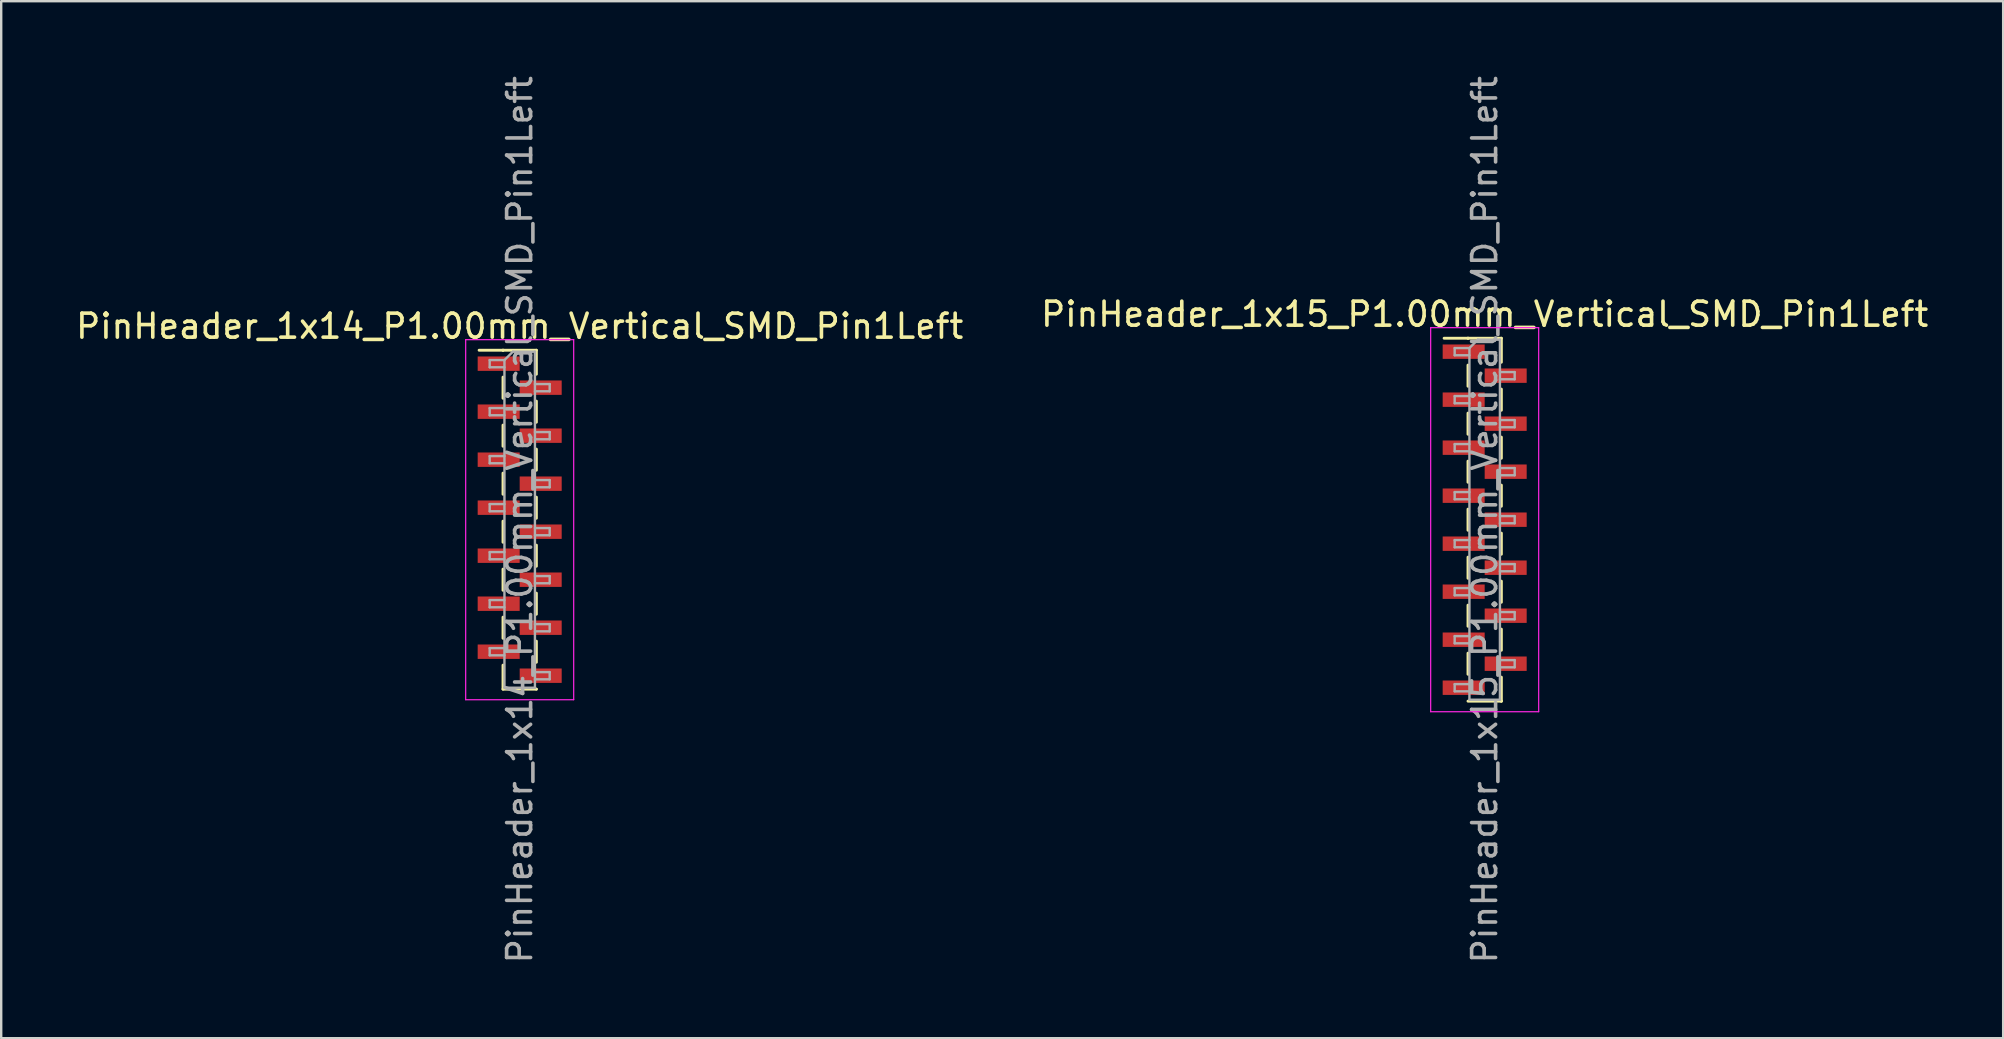
<source format=kicad_pcb>
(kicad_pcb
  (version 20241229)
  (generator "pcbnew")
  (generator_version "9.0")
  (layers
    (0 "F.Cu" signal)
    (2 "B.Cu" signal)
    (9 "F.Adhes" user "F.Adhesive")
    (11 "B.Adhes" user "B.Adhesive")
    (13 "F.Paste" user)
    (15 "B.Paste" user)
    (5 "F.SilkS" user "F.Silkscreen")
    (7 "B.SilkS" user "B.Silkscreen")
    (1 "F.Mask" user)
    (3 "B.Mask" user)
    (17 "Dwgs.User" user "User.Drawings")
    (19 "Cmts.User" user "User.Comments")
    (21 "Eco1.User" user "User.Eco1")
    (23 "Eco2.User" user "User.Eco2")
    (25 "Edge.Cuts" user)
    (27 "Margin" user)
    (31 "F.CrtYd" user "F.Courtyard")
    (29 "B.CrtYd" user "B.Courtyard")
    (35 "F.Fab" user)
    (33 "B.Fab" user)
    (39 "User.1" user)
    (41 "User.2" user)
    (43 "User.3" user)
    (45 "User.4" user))
  (footprint "PinHeader_1x14_P1.00mm_Vertical_SMD_Pin1Left"
    (layer "F.Cu")
    (at 18.601 18.601)
    (property "Reference" "PinHeader_1x14_P1.00mm_Vertical_SMD_Pin1Left" (at 0 -8.06 0) (layer "F.SilkS") (effects (font (size 1 1) (thickness 0.15))))
    (attr smd)
    (fp_line (start -0.695 -7.06) (end -1.69 -7.06) (stroke (width 0.12) (type solid)) (layer "F.SilkS"))
    (fp_line (start -0.695 -7.06) (end -0.695 -7.06) (stroke (width 0.12) (type solid)) (layer "F.SilkS"))
    (fp_line (start -0.695 -7.06) (end 0.695 -7.06) (stroke (width 0.12) (type solid)) (layer "F.SilkS"))
    (fp_line (start -0.695 -5.94) (end -0.695 -5.06) (stroke (width 0.12) (type solid)) (layer "F.SilkS"))
    (fp_line (start -0.695 -3.94) (end -0.695 -3.06) (stroke (width 0.12) (type solid)) (layer "F.SilkS"))
    (fp_line (start -0.695 -1.94) (end -0.695 -1.06) (stroke (width 0.12) (type solid)) (layer "F.SilkS"))
    (fp_line (start -0.695 0.06) (end -0.695 0.94) (stroke (width 0.12) (type solid)) (layer "F.SilkS"))
    (fp_line (start -0.695 2.06) (end -0.695 2.94) (stroke (width 0.12) (type solid)) (layer "F.SilkS"))
    (fp_line (start -0.695 4.06) (end -0.695 4.94) (stroke (width 0.12) (type solid)) (layer "F.SilkS"))
    (fp_line (start -0.695 6.06) (end -0.695 7.06) (stroke (width 0.12) (type solid)) (layer "F.SilkS"))
    (fp_line (start -0.695 7.06) (end 0.695 7.06) (stroke (width 0.12) (type solid)) (layer "F.SilkS"))
    (fp_line (start 0.695 -7.06) (end 0.695 -6.06) (stroke (width 0.12) (type solid)) (layer "F.SilkS"))
    (fp_line (start 0.695 -4.94) (end 0.695 -4.06) (stroke (width 0.12) (type solid)) (layer "F.SilkS"))
    (fp_line (start 0.695 -2.94) (end 0.695 -2.06) (stroke (width 0.12) (type solid)) (layer "F.SilkS"))
    (fp_line (start 0.695 -0.94) (end 0.695 -0.06) (stroke (width 0.12) (type solid)) (layer "F.SilkS"))
    (fp_line (start 0.695 1.06) (end 0.695 1.94) (stroke (width 0.12) (type solid)) (layer "F.SilkS"))
    (fp_line (start 0.695 3.06) (end 0.695 3.94) (stroke (width 0.12) (type solid)) (layer "F.SilkS"))
    (fp_line (start 0.695 5.06) (end 0.695 5.94) (stroke (width 0.12) (type solid)) (layer "F.SilkS"))
    (fp_line (start 0.695 7.06) (end 0.695 7.06) (stroke (width 0.12) (type solid)) (layer "F.SilkS"))
    (fp_line (start -2.25 -7.5) (end -2.25 7.5) (stroke (width 0.05) (type solid)) (layer "F.CrtYd"))
    (fp_line (start -2.25 7.5) (end 2.25 7.5) (stroke (width 0.05) (type solid)) (layer "F.CrtYd"))
    (fp_line (start 2.25 -7.5) (end -2.25 -7.5) (stroke (width 0.05) (type solid)) (layer "F.CrtYd"))
    (fp_line (start 2.25 7.5) (end 2.25 -7.5) (stroke (width 0.05) (type solid)) (layer "F.CrtYd"))
    (fp_line (start -1.25 -6.65) (end -1.25 -6.35) (stroke (width 0.1) (type solid)) (layer "F.Fab"))
    (fp_line (start -1.25 -6.35) (end -0.635 -6.35) (stroke (width 0.1) (type solid)) (layer "F.Fab"))
    (fp_line (start -1.25 -4.65) (end -1.25 -4.35) (stroke (width 0.1) (type solid)) (layer "F.Fab"))
    (fp_line (start -1.25 -4.35) (end -0.635 -4.35) (stroke (width 0.1) (type solid)) (layer "F.Fab"))
    (fp_line (start -1.25 -2.65) (end -1.25 -2.35) (stroke (width 0.1) (type solid)) (layer "F.Fab"))
    (fp_line (start -1.25 -2.35) (end -0.635 -2.35) (stroke (width 0.1) (type solid)) (layer "F.Fab"))
    (fp_line (start -1.25 -0.65) (end -1.25 -0.35) (stroke (width 0.1) (type solid)) (layer "F.Fab"))
    (fp_line (start -1.25 -0.35) (end -0.635 -0.35) (stroke (width 0.1) (type solid)) (layer "F.Fab"))
    (fp_line (start -1.25 1.35) (end -1.25 1.65) (stroke (width 0.1) (type solid)) (layer "F.Fab"))
    (fp_line (start -1.25 1.65) (end -0.635 1.65) (stroke (width 0.1) (type solid)) (layer "F.Fab"))
    (fp_line (start -1.25 3.35) (end -1.25 3.65) (stroke (width 0.1) (type solid)) (layer "F.Fab"))
    (fp_line (start -1.25 3.65) (end -0.635 3.65) (stroke (width 0.1) (type solid)) (layer "F.Fab"))
    (fp_line (start -1.25 5.35) (end -1.25 5.65) (stroke (width 0.1) (type solid)) (layer "F.Fab"))
    (fp_line (start -1.25 5.65) (end -0.635 5.65) (stroke (width 0.1) (type solid)) (layer "F.Fab"))
    (fp_line (start -0.635 -6.65) (end -1.25 -6.65) (stroke (width 0.1) (type solid)) (layer "F.Fab"))
    (fp_line (start -0.635 -6.65) (end -0.285 -7) (stroke (width 0.1) (type solid)) (layer "F.Fab"))
    (fp_line (start -0.635 -4.65) (end -1.25 -4.65) (stroke (width 0.1) (type solid)) (layer "F.Fab"))
    (fp_line (start -0.635 -2.65) (end -1.25 -2.65) (stroke (width 0.1) (type solid)) (layer "F.Fab"))
    (fp_line (start -0.635 -0.65) (end -1.25 -0.65) (stroke (width 0.1) (type solid)) (layer "F.Fab"))
    (fp_line (start -0.635 1.35) (end -1.25 1.35) (stroke (width 0.1) (type solid)) (layer "F.Fab"))
    (fp_line (start -0.635 3.35) (end -1.25 3.35) (stroke (width 0.1) (type solid)) (layer "F.Fab"))
    (fp_line (start -0.635 5.35) (end -1.25 5.35) (stroke (width 0.1) (type solid)) (layer "F.Fab"))
    (fp_line (start -0.635 7) (end -0.635 -6.65) (stroke (width 0.1) (type solid)) (layer "F.Fab"))
    (fp_line (start -0.285 -7) (end 0.635 -7) (stroke (width 0.1) (type solid)) (layer "F.Fab"))
    (fp_line (start 0.635 -7) (end 0.635 7) (stroke (width 0.1) (type solid)) (layer "F.Fab"))
    (fp_line (start 0.635 -5.65) (end 1.25 -5.65) (stroke (width 0.1) (type solid)) (layer "F.Fab"))
    (fp_line (start 0.635 -3.65) (end 1.25 -3.65) (stroke (width 0.1) (type solid)) (layer "F.Fab"))
    (fp_line (start 0.635 -1.65) (end 1.25 -1.65) (stroke (width 0.1) (type solid)) (layer "F.Fab"))
    (fp_line (start 0.635 0.35) (end 1.25 0.35) (stroke (width 0.1) (type solid)) (layer "F.Fab"))
    (fp_line (start 0.635 2.35) (end 1.25 2.35) (stroke (width 0.1) (type solid)) (layer "F.Fab"))
    (fp_line (start 0.635 4.35) (end 1.25 4.35) (stroke (width 0.1) (type solid)) (layer "F.Fab"))
    (fp_line (start 0.635 6.35) (end 1.25 6.35) (stroke (width 0.1) (type solid)) (layer "F.Fab"))
    (fp_line (start 0.635 7) (end -0.635 7) (stroke (width 0.1) (type solid)) (layer "F.Fab"))
    (fp_line (start 1.25 -5.65) (end 1.25 -5.35) (stroke (width 0.1) (type solid)) (layer "F.Fab"))
    (fp_line (start 1.25 -5.35) (end 0.635 -5.35) (stroke (width 0.1) (type solid)) (layer "F.Fab"))
    (fp_line (start 1.25 -3.65) (end 1.25 -3.35) (stroke (width 0.1) (type solid)) (layer "F.Fab"))
    (fp_line (start 1.25 -3.35) (end 0.635 -3.35) (stroke (width 0.1) (type solid)) (layer "F.Fab"))
    (fp_line (start 1.25 -1.65) (end 1.25 -1.35) (stroke (width 0.1) (type solid)) (layer "F.Fab"))
    (fp_line (start 1.25 -1.35) (end 0.635 -1.35) (stroke (width 0.1) (type solid)) (layer "F.Fab"))
    (fp_line (start 1.25 0.35) (end 1.25 0.65) (stroke (width 0.1) (type solid)) (layer "F.Fab"))
    (fp_line (start 1.25 0.65) (end 0.635 0.65) (stroke (width 0.1) (type solid)) (layer "F.Fab"))
    (fp_line (start 1.25 2.35) (end 1.25 2.65) (stroke (width 0.1) (type solid)) (layer "F.Fab"))
    (fp_line (start 1.25 2.65) (end 0.635 2.65) (stroke (width 0.1) (type solid)) (layer "F.Fab"))
    (fp_line (start 1.25 4.35) (end 1.25 4.65) (stroke (width 0.1) (type solid)) (layer "F.Fab"))
    (fp_line (start 1.25 4.65) (end 0.635 4.65) (stroke (width 0.1) (type solid)) (layer "F.Fab"))
    (fp_line (start 1.25 6.35) (end 1.25 6.65) (stroke (width 0.1) (type solid)) (layer "F.Fab"))
    (fp_line (start 1.25 6.65) (end 0.635 6.65) (stroke (width 0.1) (type solid)) (layer "F.Fab"))
    (fp_text user "${REFERENCE}" (at 0 0 90) (layer "F.Fab") (effects (font (size 1 1) (thickness 0.15))))
    (pad "1" smd rect (at -0.875 -6.5) (size 1.75 0.6) (layers "F.Cu" "F.Mask" "F.Paste"))
    (pad "2" smd rect (at 0.875 -5.5) (size 1.75 0.6) (layers "F.Cu" "F.Mask" "F.Paste"))
    (pad "3" smd rect (at -0.875 -4.5) (size 1.75 0.6) (layers "F.Cu" "F.Mask" "F.Paste"))
    (pad "4" smd rect (at 0.875 -3.5) (size 1.75 0.6) (layers "F.Cu" "F.Mask" "F.Paste"))
    (pad "5" smd rect (at -0.875 -2.5) (size 1.75 0.6) (layers "F.Cu" "F.Mask" "F.Paste"))
    (pad "6" smd rect (at 0.875 -1.5) (size 1.75 0.6) (layers "F.Cu" "F.Mask" "F.Paste"))
    (pad "7" smd rect (at -0.875 -0.5) (size 1.75 0.6) (layers "F.Cu" "F.Mask" "F.Paste"))
    (pad "8" smd rect (at 0.875 0.5) (size 1.75 0.6) (layers "F.Cu" "F.Mask" "F.Paste"))
    (pad "9" smd rect (at -0.875 1.5) (size 1.75 0.6) (layers "F.Cu" "F.Mask" "F.Paste"))
    (pad "10" smd rect (at 0.875 2.5) (size 1.75 0.6) (layers "F.Cu" "F.Mask" "F.Paste"))
    (pad "11" smd rect (at -0.875 3.5) (size 1.75 0.6) (layers "F.Cu" "F.Mask" "F.Paste"))
    (pad "12" smd rect (at 0.875 4.5) (size 1.75 0.6) (layers "F.Cu" "F.Mask" "F.Paste"))
    (pad "13" smd rect (at -0.875 5.5) (size 1.75 0.6) (layers "F.Cu" "F.Mask" "F.Paste"))
    (pad "14" smd rect (at 0.875 6.5) (size 1.75 0.6) (layers "F.Cu" "F.Mask" "F.Paste")))
  (footprint "PinHeader_1x15_P1.00mm_Vertical_SMD_Pin1Left"
    (layer "F.Cu")
    (at 58.804 18.601)
    (property "Reference" "PinHeader_1x15_P1.00mm_Vertical_SMD_Pin1Left" (at 0 -8.56 0) (layer "F.SilkS") (effects (font (size 1 1) (thickness 0.15))))
    (attr smd)
    (fp_line (start -0.695 -7.56) (end -1.69 -7.56) (stroke (width 0.12) (type solid)) (layer "F.SilkS"))
    (fp_line (start -0.695 -7.56) (end -0.695 -7.56) (stroke (width 0.12) (type solid)) (layer "F.SilkS"))
    (fp_line (start -0.695 -7.56) (end 0.695 -7.56) (stroke (width 0.12) (type solid)) (layer "F.SilkS"))
    (fp_line (start -0.695 -6.44) (end -0.695 -5.56) (stroke (width 0.12) (type solid)) (layer "F.SilkS"))
    (fp_line (start -0.695 -4.44) (end -0.695 -3.56) (stroke (width 0.12) (type solid)) (layer "F.SilkS"))
    (fp_line (start -0.695 -2.44) (end -0.695 -1.56) (stroke (width 0.12) (type solid)) (layer "F.SilkS"))
    (fp_line (start -0.695 -0.44) (end -0.695 0.44) (stroke (width 0.12) (type solid)) (layer "F.SilkS"))
    (fp_line (start -0.695 1.56) (end -0.695 2.44) (stroke (width 0.12) (type solid)) (layer "F.SilkS"))
    (fp_line (start -0.695 3.56) (end -0.695 4.44) (stroke (width 0.12) (type solid)) (layer "F.SilkS"))
    (fp_line (start -0.695 5.56) (end -0.695 6.44) (stroke (width 0.12) (type solid)) (layer "F.SilkS"))
    (fp_line (start -0.695 7.56) (end 0.695 7.56) (stroke (width 0.12) (type solid)) (layer "F.SilkS"))
    (fp_line (start 0.695 -7.56) (end 0.695 -6.56) (stroke (width 0.12) (type solid)) (layer "F.SilkS"))
    (fp_line (start 0.695 -5.44) (end 0.695 -4.56) (stroke (width 0.12) (type solid)) (layer "F.SilkS"))
    (fp_line (start 0.695 -3.44) (end 0.695 -2.56) (stroke (width 0.12) (type solid)) (layer "F.SilkS"))
    (fp_line (start 0.695 -1.44) (end 0.695 -0.56) (stroke (width 0.12) (type solid)) (layer "F.SilkS"))
    (fp_line (start 0.695 0.56) (end 0.695 1.44) (stroke (width 0.12) (type solid)) (layer "F.SilkS"))
    (fp_line (start 0.695 2.56) (end 0.695 3.44) (stroke (width 0.12) (type solid)) (layer "F.SilkS"))
    (fp_line (start 0.695 4.56) (end 0.695 5.44) (stroke (width 0.12) (type solid)) (layer "F.SilkS"))
    (fp_line (start 0.695 6.56) (end 0.695 7.56) (stroke (width 0.12) (type solid)) (layer "F.SilkS"))
    (fp_line (start 0.695 7.56) (end 0.695 7.56) (stroke (width 0.12) (type solid)) (layer "F.SilkS"))
    (fp_line (start -2.25 -8) (end -2.25 8) (stroke (width 0.05) (type solid)) (layer "F.CrtYd"))
    (fp_line (start -2.25 8) (end 2.25 8) (stroke (width 0.05) (type solid)) (layer "F.CrtYd"))
    (fp_line (start 2.25 -8) (end -2.25 -8) (stroke (width 0.05) (type solid)) (layer "F.CrtYd"))
    (fp_line (start 2.25 8) (end 2.25 -8) (stroke (width 0.05) (type solid)) (layer "F.CrtYd"))
    (fp_line (start -1.25 -7.15) (end -1.25 -6.85) (stroke (width 0.1) (type solid)) (layer "F.Fab"))
    (fp_line (start -1.25 -6.85) (end -0.635 -6.85) (stroke (width 0.1) (type solid)) (layer "F.Fab"))
    (fp_line (start -1.25 -5.15) (end -1.25 -4.85) (stroke (width 0.1) (type solid)) (layer "F.Fab"))
    (fp_line (start -1.25 -4.85) (end -0.635 -4.85) (stroke (width 0.1) (type solid)) (layer "F.Fab"))
    (fp_line (start -1.25 -3.15) (end -1.25 -2.85) (stroke (width 0.1) (type solid)) (layer "F.Fab"))
    (fp_line (start -1.25 -2.85) (end -0.635 -2.85) (stroke (width 0.1) (type solid)) (layer "F.Fab"))
    (fp_line (start -1.25 -1.15) (end -1.25 -0.85) (stroke (width 0.1) (type solid)) (layer "F.Fab"))
    (fp_line (start -1.25 -0.85) (end -0.635 -0.85) (stroke (width 0.1) (type solid)) (layer "F.Fab"))
    (fp_line (start -1.25 0.85) (end -1.25 1.15) (stroke (width 0.1) (type solid)) (layer "F.Fab"))
    (fp_line (start -1.25 1.15) (end -0.635 1.15) (stroke (width 0.1) (type solid)) (layer "F.Fab"))
    (fp_line (start -1.25 2.85) (end -1.25 3.15) (stroke (width 0.1) (type solid)) (layer "F.Fab"))
    (fp_line (start -1.25 3.15) (end -0.635 3.15) (stroke (width 0.1) (type solid)) (layer "F.Fab"))
    (fp_line (start -1.25 4.85) (end -1.25 5.15) (stroke (width 0.1) (type solid)) (layer "F.Fab"))
    (fp_line (start -1.25 5.15) (end -0.635 5.15) (stroke (width 0.1) (type solid)) (layer "F.Fab"))
    (fp_line (start -1.25 6.85) (end -1.25 7.15) (stroke (width 0.1) (type solid)) (layer "F.Fab"))
    (fp_line (start -1.25 7.15) (end -0.635 7.15) (stroke (width 0.1) (type solid)) (layer "F.Fab"))
    (fp_line (start -0.635 -7.15) (end -1.25 -7.15) (stroke (width 0.1) (type solid)) (layer "F.Fab"))
    (fp_line (start -0.635 -7.15) (end -0.285 -7.5) (stroke (width 0.1) (type solid)) (layer "F.Fab"))
    (fp_line (start -0.635 -5.15) (end -1.25 -5.15) (stroke (width 0.1) (type solid)) (layer "F.Fab"))
    (fp_line (start -0.635 -3.15) (end -1.25 -3.15) (stroke (width 0.1) (type solid)) (layer "F.Fab"))
    (fp_line (start -0.635 -1.15) (end -1.25 -1.15) (stroke (width 0.1) (type solid)) (layer "F.Fab"))
    (fp_line (start -0.635 0.85) (end -1.25 0.85) (stroke (width 0.1) (type solid)) (layer "F.Fab"))
    (fp_line (start -0.635 2.85) (end -1.25 2.85) (stroke (width 0.1) (type solid)) (layer "F.Fab"))
    (fp_line (start -0.635 4.85) (end -1.25 4.85) (stroke (width 0.1) (type solid)) (layer "F.Fab"))
    (fp_line (start -0.635 6.85) (end -1.25 6.85) (stroke (width 0.1) (type solid)) (layer "F.Fab"))
    (fp_line (start -0.635 7.5) (end -0.635 -7.15) (stroke (width 0.1) (type solid)) (layer "F.Fab"))
    (fp_line (start -0.285 -7.5) (end 0.635 -7.5) (stroke (width 0.1) (type solid)) (layer "F.Fab"))
    (fp_line (start 0.635 -7.5) (end 0.635 7.5) (stroke (width 0.1) (type solid)) (layer "F.Fab"))
    (fp_line (start 0.635 -6.15) (end 1.25 -6.15) (stroke (width 0.1) (type solid)) (layer "F.Fab"))
    (fp_line (start 0.635 -4.15) (end 1.25 -4.15) (stroke (width 0.1) (type solid)) (layer "F.Fab"))
    (fp_line (start 0.635 -2.15) (end 1.25 -2.15) (stroke (width 0.1) (type solid)) (layer "F.Fab"))
    (fp_line (start 0.635 -0.15) (end 1.25 -0.15) (stroke (width 0.1) (type solid)) (layer "F.Fab"))
    (fp_line (start 0.635 1.85) (end 1.25 1.85) (stroke (width 0.1) (type solid)) (layer "F.Fab"))
    (fp_line (start 0.635 3.85) (end 1.25 3.85) (stroke (width 0.1) (type solid)) (layer "F.Fab"))
    (fp_line (start 0.635 5.85) (end 1.25 5.85) (stroke (width 0.1) (type solid)) (layer "F.Fab"))
    (fp_line (start 0.635 7.5) (end -0.635 7.5) (stroke (width 0.1) (type solid)) (layer "F.Fab"))
    (fp_line (start 1.25 -6.15) (end 1.25 -5.85) (stroke (width 0.1) (type solid)) (layer "F.Fab"))
    (fp_line (start 1.25 -5.85) (end 0.635 -5.85) (stroke (width 0.1) (type solid)) (layer "F.Fab"))
    (fp_line (start 1.25 -4.15) (end 1.25 -3.85) (stroke (width 0.1) (type solid)) (layer "F.Fab"))
    (fp_line (start 1.25 -3.85) (end 0.635 -3.85) (stroke (width 0.1) (type solid)) (layer "F.Fab"))
    (fp_line (start 1.25 -2.15) (end 1.25 -1.85) (stroke (width 0.1) (type solid)) (layer "F.Fab"))
    (fp_line (start 1.25 -1.85) (end 0.635 -1.85) (stroke (width 0.1) (type solid)) (layer "F.Fab"))
    (fp_line (start 1.25 -0.15) (end 1.25 0.15) (stroke (width 0.1) (type solid)) (layer "F.Fab"))
    (fp_line (start 1.25 0.15) (end 0.635 0.15) (stroke (width 0.1) (type solid)) (layer "F.Fab"))
    (fp_line (start 1.25 1.85) (end 1.25 2.15) (stroke (width 0.1) (type solid)) (layer "F.Fab"))
    (fp_line (start 1.25 2.15) (end 0.635 2.15) (stroke (width 0.1) (type solid)) (layer "F.Fab"))
    (fp_line (start 1.25 3.85) (end 1.25 4.15) (stroke (width 0.1) (type solid)) (layer "F.Fab"))
    (fp_line (start 1.25 4.15) (end 0.635 4.15) (stroke (width 0.1) (type solid)) (layer "F.Fab"))
    (fp_line (start 1.25 5.85) (end 1.25 6.15) (stroke (width 0.1) (type solid)) (layer "F.Fab"))
    (fp_line (start 1.25 6.15) (end 0.635 6.15) (stroke (width 0.1) (type solid)) (layer "F.Fab"))
    (fp_text user "${REFERENCE}" (at 0 0 90) (layer "F.Fab") (effects (font (size 1 1) (thickness 0.15))))
    (pad "1" smd rect (at -0.875 -7) (size 1.75 0.6) (layers "F.Cu" "F.Mask" "F.Paste"))
    (pad "2" smd rect (at 0.875 -6) (size 1.75 0.6) (layers "F.Cu" "F.Mask" "F.Paste"))
    (pad "3" smd rect (at -0.875 -5) (size 1.75 0.6) (layers "F.Cu" "F.Mask" "F.Paste"))
    (pad "4" smd rect (at 0.875 -4) (size 1.75 0.6) (layers "F.Cu" "F.Mask" "F.Paste"))
    (pad "5" smd rect (at -0.875 -3) (size 1.75 0.6) (layers "F.Cu" "F.Mask" "F.Paste"))
    (pad "6" smd rect (at 0.875 -2) (size 1.75 0.6) (layers "F.Cu" "F.Mask" "F.Paste"))
    (pad "7" smd rect (at -0.875 -1) (size 1.75 0.6) (layers "F.Cu" "F.Mask" "F.Paste"))
    (pad "8" smd rect (at 0.875 0) (size 1.75 0.6) (layers "F.Cu" "F.Mask" "F.Paste"))
    (pad "9" smd rect (at -0.875 1) (size 1.75 0.6) (layers "F.Cu" "F.Mask" "F.Paste"))
    (pad "10" smd rect (at 0.875 2) (size 1.75 0.6) (layers "F.Cu" "F.Mask" "F.Paste"))
    (pad "11" smd rect (at -0.875 3) (size 1.75 0.6) (layers "F.Cu" "F.Mask" "F.Paste"))
    (pad "12" smd rect (at 0.875 4) (size 1.75 0.6) (layers "F.Cu" "F.Mask" "F.Paste"))
    (pad "13" smd rect (at -0.875 5) (size 1.75 0.6) (layers "F.Cu" "F.Mask" "F.Paste"))
    (pad "14" smd rect (at 0.875 6) (size 1.75 0.6) (layers "F.Cu" "F.Mask" "F.Paste"))
    (pad "15" smd rect (at -0.875 7) (size 1.75 0.6) (layers "F.Cu" "F.Mask" "F.Paste")))
  (gr_rect
    (start -3 -3)
    (end 80.405 40.202)
    (stroke (width 0.1) (type default))
    (fill no)
    (layer "Edge.Cuts")))
</source>
